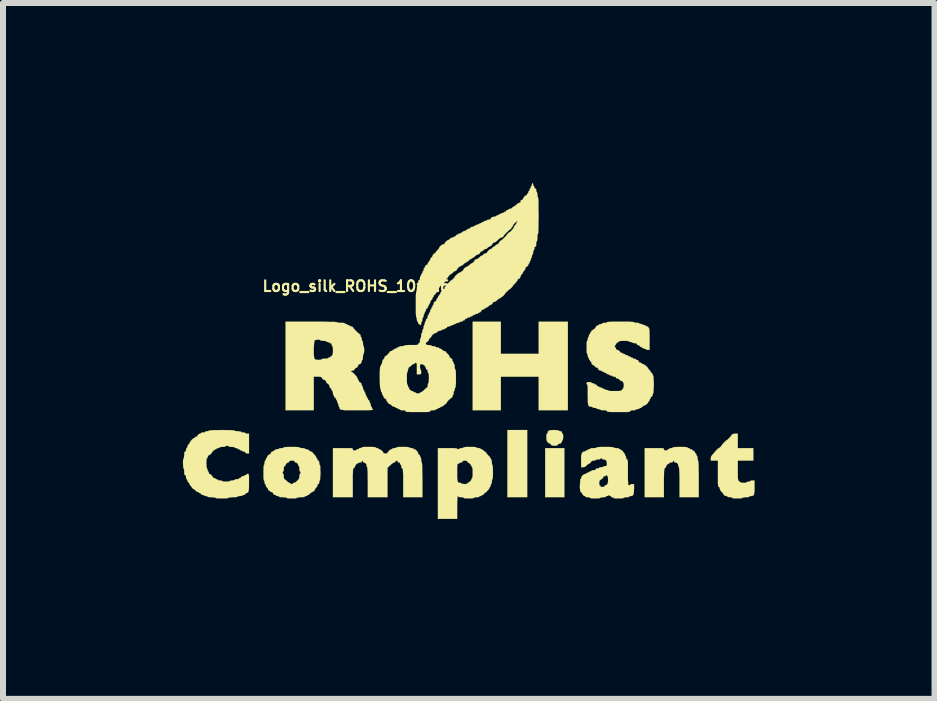
<source format=kicad_pcb>
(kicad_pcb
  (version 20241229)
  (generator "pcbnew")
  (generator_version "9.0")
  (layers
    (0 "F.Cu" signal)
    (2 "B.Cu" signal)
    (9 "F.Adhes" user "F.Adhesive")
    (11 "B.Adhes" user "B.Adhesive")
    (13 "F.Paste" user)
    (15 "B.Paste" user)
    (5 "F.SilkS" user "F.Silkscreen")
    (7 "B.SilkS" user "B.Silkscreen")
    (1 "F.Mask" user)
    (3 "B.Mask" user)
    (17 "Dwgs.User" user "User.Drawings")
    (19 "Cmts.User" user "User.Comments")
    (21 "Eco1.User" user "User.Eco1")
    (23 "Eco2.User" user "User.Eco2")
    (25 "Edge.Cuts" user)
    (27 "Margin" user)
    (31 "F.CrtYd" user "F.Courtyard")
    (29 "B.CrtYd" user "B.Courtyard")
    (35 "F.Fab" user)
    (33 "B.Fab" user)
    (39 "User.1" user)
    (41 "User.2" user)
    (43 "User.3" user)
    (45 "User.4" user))
  (footprint "Logo_silk_ROHS_10x5.6mm"
    (layer "F.Cu")
    (at 4.83 2.821)
    (property "Reference" "Logo_silk_ROHS_10x5.6mm" (at -1.7 -1.1 0) (layer "F.SilkS") (effects (font (size 0.178 0.178) (thickness 0.036))))
    (attr through_hole)
    (fp_poly (pts (xy 0.909 2.418) (xy 0.744 2.418) (xy 0.579 2.418) (xy 0.579 1.859) (xy 0.579 1.298) (xy 0.744 1.298) (xy 0.909 1.298) (xy 0.909 1.859) (xy 0.909 2.418)) (stroke (width 0.003) (type solid)) (fill yes) (layer "F.SilkS"))
    (fp_poly (pts (xy 1.529 2.418) (xy 1.369 2.418) (xy 1.209 2.418) (xy 1.209 2.009) (xy 1.209 1.6) (xy 1.369 1.6) (xy 1.529 1.6) (xy 1.529 2.009) (xy 1.529 2.418)) (stroke (width 0.003) (type solid)) (fill yes) (layer "F.SilkS"))
    (fp_poly (pts (xy 1.587 0.968) (xy 1.344 0.968) (xy 1.1 0.968) (xy 1.1 0.688) (xy 1.1 0.409) (xy 0.785 0.409) (xy 0.47 0.409) (xy 0.47 0.688) (xy 0.47 0.968) (xy 0.234 0.968) (xy 0 0.968) (xy 0 0.229) (xy 0 -0.508) (xy 0.234 -0.508) (xy 0.47 -0.508) (xy 0.47 -0.239) (xy 0.47 0.028) (xy 0.785 0.028) (xy 1.1 0.028) (xy 1.1 -0.239) (xy 1.1 -0.508) (xy 1.344 -0.508) (xy 1.587 -0.508) (xy 1.587 0.229) (xy 1.587 0.968)) (stroke (width 0.003) (type solid)) (fill yes) (layer "F.SilkS"))
    (fp_poly (pts (xy 1.509 1.415) (xy 1.506 1.443) (xy 1.504 1.463) (xy 1.499 1.468) (xy 1.491 1.476) (xy 1.488 1.486) (xy 1.481 1.509) (xy 1.458 1.524) (xy 1.44 1.529) (xy 1.422 1.534) (xy 1.42 1.544) (xy 1.415 1.552) (xy 1.397 1.557) (xy 1.364 1.56) (xy 1.331 1.557) (xy 1.313 1.552) (xy 1.308 1.544) (xy 1.3 1.532) (xy 1.293 1.529) (xy 1.275 1.521) (xy 1.255 1.506) (xy 1.252 1.504) (xy 1.24 1.486) (xy 1.232 1.466) (xy 1.229 1.435) (xy 1.229 1.42) (xy 1.229 1.387) (xy 1.234 1.364) (xy 1.24 1.359) (xy 1.247 1.351) (xy 1.25 1.344) (xy 1.255 1.323) (xy 1.27 1.308) (xy 1.3 1.3) (xy 1.349 1.298) (xy 1.359 1.298) (xy 1.397 1.3) (xy 1.425 1.303) (xy 1.438 1.308) (xy 1.448 1.316) (xy 1.463 1.318) (xy 1.483 1.323) (xy 1.488 1.339) (xy 1.494 1.354) (xy 1.499 1.359) (xy 1.504 1.369) (xy 1.509 1.392) (xy 1.509 1.415)) (stroke (width 0.003) (type solid)) (fill yes) (layer "F.SilkS"))
    (fp_poly (pts (xy 3.769 2.418) (xy 3.609 2.418) (xy 3.449 2.418) (xy 3.449 2.169) (xy 3.449 2.085) (xy 3.447 2.017) (xy 3.444 1.966) (xy 3.442 1.933) (xy 3.439 1.92) (xy 3.439 1.918) (xy 3.432 1.91) (xy 3.429 1.892) (xy 3.421 1.862) (xy 3.401 1.844) (xy 3.378 1.839) (xy 3.363 1.834) (xy 3.358 1.824) (xy 3.353 1.811) (xy 3.348 1.808) (xy 3.34 1.816) (xy 3.34 1.824) (xy 3.33 1.836) (xy 3.31 1.839) (xy 3.287 1.841) (xy 3.279 1.849) (xy 3.272 1.859) (xy 3.269 1.859) (xy 3.251 1.867) (xy 3.233 1.885) (xy 3.228 1.9) (xy 3.221 1.918) (xy 3.208 1.928) (xy 3.203 1.935) (xy 3.198 1.943) (xy 3.195 1.956) (xy 3.193 1.974) (xy 3.19 2.004) (xy 3.19 2.047) (xy 3.188 2.106) (xy 3.188 2.179) (xy 3.188 2.182) (xy 3.188 2.418) (xy 3.028 2.418) (xy 2.868 2.418) (xy 2.868 2.009) (xy 2.868 1.6) (xy 3.028 1.6) (xy 3.089 1.6) (xy 3.132 1.6) (xy 3.16 1.6) (xy 3.178 1.603) (xy 3.185 1.608) (xy 3.188 1.613) (xy 3.188 1.618) (xy 3.193 1.633) (xy 3.211 1.638) (xy 3.218 1.638) (xy 3.241 1.636) (xy 3.249 1.628) (xy 3.256 1.621) (xy 3.264 1.618) (xy 3.277 1.613) (xy 3.279 1.608) (xy 3.287 1.603) (xy 3.31 1.6) (xy 3.33 1.595) (xy 3.338 1.59) (xy 3.34 1.587) (xy 3.348 1.585) (xy 3.376 1.582) (xy 3.419 1.58) (xy 3.459 1.58) (xy 3.51 1.58) (xy 3.551 1.582) (xy 3.574 1.585) (xy 3.579 1.587) (xy 3.586 1.598) (xy 3.599 1.6) (xy 3.614 1.603) (xy 3.619 1.608) (xy 3.627 1.618) (xy 3.64 1.618) (xy 3.655 1.623) (xy 3.658 1.628) (xy 3.668 1.638) (xy 3.67 1.638) (xy 3.686 1.646) (xy 3.703 1.664) (xy 3.708 1.679) (xy 3.716 1.689) (xy 3.719 1.689) (xy 3.726 1.697) (xy 3.729 1.709) (xy 3.734 1.725) (xy 3.739 1.73) (xy 3.744 1.737) (xy 3.749 1.76) (xy 3.749 1.768) (xy 3.752 1.793) (xy 3.757 1.808) (xy 3.759 1.808) (xy 3.762 1.819) (xy 3.764 1.849) (xy 3.767 1.895) (xy 3.767 1.961) (xy 3.769 2.045) (xy 3.769 2.113) (xy 3.769 2.418)) (stroke (width 0.003) (type solid)) (fill yes) (layer "F.SilkS"))
    (fp_poly (pts (xy 4.699 2.256) (xy 4.699 2.311) (xy 4.694 2.352) (xy 4.689 2.377) (xy 4.676 2.39) (xy 4.658 2.398) (xy 4.641 2.398) (xy 4.618 2.403) (xy 4.61 2.408) (xy 4.6 2.416) (xy 4.577 2.418) (xy 4.554 2.418) (xy 4.524 2.421) (xy 4.503 2.426) (xy 4.498 2.428) (xy 4.491 2.433) (xy 4.463 2.438) (xy 4.425 2.438) (xy 4.415 2.438) (xy 4.371 2.438) (xy 4.343 2.436) (xy 4.328 2.431) (xy 4.328 2.428) (xy 4.321 2.423) (xy 4.298 2.418) (xy 4.288 2.418) (xy 4.265 2.416) (xy 4.249 2.41) (xy 4.249 2.408) (xy 4.239 2.4) (xy 4.229 2.398) (xy 4.206 2.393) (xy 4.188 2.38) (xy 4.178 2.365) (xy 4.173 2.352) (xy 4.155 2.334) (xy 4.148 2.329) (xy 4.128 2.301) (xy 4.12 2.276) (xy 4.115 2.253) (xy 4.105 2.248) (xy 4.1 2.245) (xy 4.094 2.238) (xy 4.092 2.22) (xy 4.089 2.192) (xy 4.089 2.151) (xy 4.089 2.093) (xy 4.089 2.029) (xy 4.089 1.808) (xy 4.028 1.808) (xy 3.97 1.808) (xy 3.97 1.773) (xy 3.975 1.74) (xy 3.993 1.714) (xy 3.998 1.709) (xy 4.018 1.689) (xy 4.028 1.676) (xy 4.028 1.674) (xy 4.036 1.664) (xy 4.051 1.646) (xy 4.072 1.626) (xy 4.089 1.608) (xy 4.102 1.6) (xy 4.105 1.6) (xy 4.115 1.593) (xy 4.133 1.577) (xy 4.148 1.56) (xy 4.158 1.547) (xy 4.158 1.544) (xy 4.166 1.534) (xy 4.181 1.516) (xy 4.201 1.496) (xy 4.221 1.478) (xy 4.232 1.468) (xy 4.234 1.468) (xy 4.244 1.463) (xy 4.262 1.445) (xy 4.282 1.425) (xy 4.3 1.407) (xy 4.308 1.394) (xy 4.318 1.377) (xy 4.341 1.364) (xy 4.371 1.359) (xy 4.379 1.359) (xy 4.42 1.359) (xy 4.42 1.478) (xy 4.42 1.6) (xy 4.549 1.6) (xy 4.679 1.6) (xy 4.679 1.704) (xy 4.679 1.808) (xy 4.549 1.808) (xy 4.42 1.808) (xy 4.42 1.968) (xy 4.42 2.029) (xy 4.42 2.073) (xy 4.422 2.103) (xy 4.425 2.123) (xy 4.43 2.136) (xy 4.435 2.146) (xy 4.442 2.154) (xy 4.465 2.169) (xy 4.491 2.177) (xy 4.519 2.179) (xy 4.547 2.177) (xy 4.564 2.172) (xy 4.569 2.169) (xy 4.577 2.162) (xy 4.597 2.159) (xy 4.6 2.159) (xy 4.62 2.156) (xy 4.628 2.149) (xy 4.638 2.141) (xy 4.658 2.139) (xy 4.663 2.139) (xy 4.699 2.139) (xy 4.699 2.256)) (stroke (width 0.003) (type solid)) (fill yes) (layer "F.SilkS"))
    (fp_poly (pts (xy -0.838 2.418) (xy -0.998 2.418) (xy -1.158 2.418) (xy -1.158 2.179) (xy -1.158 2.103) (xy -1.158 2.045) (xy -1.161 2.002) (xy -1.163 1.971) (xy -1.163 1.953) (xy -1.168 1.943) (xy -1.173 1.938) (xy -1.186 1.93) (xy -1.189 1.91) (xy -1.191 1.887) (xy -1.199 1.88) (xy -1.206 1.869) (xy -1.209 1.859) (xy -1.217 1.841) (xy -1.229 1.839) (xy -1.245 1.834) (xy -1.25 1.824) (xy -1.257 1.811) (xy -1.267 1.808) (xy -1.285 1.816) (xy -1.288 1.824) (xy -1.298 1.836) (xy -1.308 1.839) (xy -1.326 1.847) (xy -1.351 1.864) (xy -1.374 1.885) (xy -1.42 1.928) (xy -1.42 2.174) (xy -1.42 2.418) (xy -1.582 2.418) (xy -1.748 2.418) (xy -1.748 2.169) (xy -1.75 2.085) (xy -1.75 2.017) (xy -1.753 1.966) (xy -1.755 1.933) (xy -1.758 1.92) (xy -1.758 1.918) (xy -1.765 1.91) (xy -1.768 1.892) (xy -1.775 1.864) (xy -1.796 1.844) (xy -1.814 1.839) (xy -1.826 1.831) (xy -1.829 1.824) (xy -1.834 1.811) (xy -1.839 1.808) (xy -1.847 1.816) (xy -1.849 1.824) (xy -1.857 1.836) (xy -1.88 1.839) (xy -1.905 1.847) (xy -1.933 1.862) (xy -1.953 1.882) (xy -1.958 1.9) (xy -1.966 1.918) (xy -1.979 1.928) (xy -1.986 1.935) (xy -1.989 1.943) (xy -1.994 1.956) (xy -1.996 1.974) (xy -1.996 2.004) (xy -1.999 2.047) (xy -1.999 2.106) (xy -1.999 2.179) (xy -1.999 2.182) (xy -1.999 2.418) (xy -2.164 2.418) (xy -2.329 2.418) (xy -2.329 2.009) (xy -2.329 1.6) (xy -2.164 1.6) (xy -2.103 1.6) (xy -2.06 1.6) (xy -2.029 1.6) (xy -2.012 1.603) (xy -2.002 1.608) (xy -1.999 1.613) (xy -1.999 1.618) (xy -1.994 1.633) (xy -1.976 1.638) (xy -1.968 1.638) (xy -1.948 1.636) (xy -1.938 1.628) (xy -1.93 1.621) (xy -1.918 1.618) (xy -1.902 1.615) (xy -1.897 1.608) (xy -1.89 1.6) (xy -1.875 1.6) (xy -1.854 1.595) (xy -1.849 1.587) (xy -1.839 1.585) (xy -1.811 1.58) (xy -1.77 1.58) (xy -1.735 1.58) (xy -1.681 1.58) (xy -1.646 1.582) (xy -1.623 1.585) (xy -1.618 1.587) (xy -1.61 1.595) (xy -1.593 1.6) (xy -1.575 1.603) (xy -1.57 1.608) (xy -1.56 1.618) (xy -1.554 1.618) (xy -1.537 1.626) (xy -1.514 1.643) (xy -1.496 1.661) (xy -1.488 1.679) (xy -1.481 1.687) (xy -1.458 1.689) (xy -1.453 1.689) (xy -1.43 1.687) (xy -1.42 1.679) (xy -1.412 1.664) (xy -1.394 1.643) (xy -1.372 1.626) (xy -1.354 1.618) (xy -1.341 1.613) (xy -1.339 1.608) (xy -1.331 1.603) (xy -1.308 1.6) (xy -1.303 1.6) (xy -1.28 1.595) (xy -1.27 1.59) (xy -1.267 1.587) (xy -1.26 1.585) (xy -1.232 1.58) (xy -1.191 1.58) (xy -1.163 1.58) (xy -1.115 1.58) (xy -1.079 1.582) (xy -1.062 1.585) (xy -1.059 1.587) (xy -1.049 1.595) (xy -1.029 1.598) (xy -1.024 1.6) (xy -1.001 1.6) (xy -0.988 1.608) (xy -0.98 1.618) (xy -0.973 1.618) (xy -0.953 1.626) (xy -0.932 1.646) (xy -0.914 1.669) (xy -0.909 1.689) (xy -0.902 1.704) (xy -0.894 1.709) (xy -0.881 1.717) (xy -0.879 1.73) (xy -0.874 1.745) (xy -0.869 1.75) (xy -0.864 1.758) (xy -0.859 1.781) (xy -0.859 1.793) (xy -0.856 1.821) (xy -0.851 1.836) (xy -0.848 1.839) (xy -0.846 1.849) (xy -0.843 1.877) (xy -0.841 1.925) (xy -0.841 1.991) (xy -0.838 2.075) (xy -0.838 2.129) (xy -0.838 2.418)) (stroke (width 0.003) (type solid)) (fill yes) (layer "F.SilkS"))
    (fp_poly (pts (xy 0.338 1.999) (xy 0.338 2.052) (xy 0.335 2.09) (xy 0.333 2.113) (xy 0.328 2.118) (xy 0.323 2.129) (xy 0.32 2.149) (xy 0.32 2.159) (xy 0.318 2.184) (xy 0.31 2.197) (xy 0.31 2.2) (xy 0.302 2.207) (xy 0.3 2.225) (xy 0.295 2.243) (xy 0.29 2.248) (xy 0.279 2.258) (xy 0.279 2.263) (xy 0.272 2.281) (xy 0.254 2.301) (xy 0.234 2.324) (xy 0.213 2.342) (xy 0.198 2.349) (xy 0.191 2.357) (xy 0.188 2.365) (xy 0.18 2.375) (xy 0.168 2.38) (xy 0.152 2.383) (xy 0.15 2.388) (xy 0.14 2.398) (xy 0.13 2.398) (xy 0.112 2.403) (xy 0.109 2.408) (xy 0.099 2.416) (xy 0.076 2.418) (xy 0.064 2.418) (xy 0.038 2.421) (xy 0.02 2.426) (xy 0.018 2.428) (xy 0.01 2.433) (xy 0 2.436) (xy 0 2.024) (xy 0 2.009) (xy 0 1.966) (xy -0.003 1.935) (xy -0.008 1.92) (xy -0.008 1.918) (xy -0.018 1.91) (xy -0.018 1.902) (xy -0.025 1.887) (xy -0.043 1.864) (xy -0.061 1.847) (xy -0.079 1.839) (xy -0.086 1.831) (xy -0.089 1.824) (xy -0.097 1.814) (xy -0.117 1.808) (xy -0.13 1.808) (xy -0.157 1.811) (xy -0.168 1.819) (xy -0.168 1.824) (xy -0.178 1.836) (xy -0.193 1.839) (xy -0.213 1.841) (xy -0.218 1.849) (xy -0.226 1.857) (xy -0.239 1.859) (xy -0.246 1.859) (xy -0.251 1.864) (xy -0.257 1.877) (xy -0.257 1.9) (xy -0.259 1.933) (xy -0.259 1.986) (xy -0.259 2.004) (xy -0.259 2.068) (xy -0.257 2.113) (xy -0.251 2.146) (xy -0.244 2.164) (xy -0.234 2.174) (xy -0.216 2.179) (xy -0.208 2.179) (xy -0.193 2.182) (xy -0.188 2.189) (xy -0.18 2.195) (xy -0.157 2.197) (xy -0.14 2.2) (xy -0.109 2.197) (xy -0.091 2.192) (xy -0.089 2.189) (xy -0.081 2.179) (xy -0.079 2.179) (xy -0.064 2.172) (xy -0.043 2.154) (xy -0.025 2.134) (xy -0.018 2.116) (xy -0.018 2.113) (xy -0.013 2.101) (xy -0.008 2.098) (xy -0.005 2.09) (xy 0 2.062) (xy 0 2.024) (xy 0 2.436) (xy -0.015 2.438) (xy -0.053 2.438) (xy -0.064 2.438) (xy -0.104 2.438) (xy -0.135 2.436) (xy -0.147 2.431) (xy -0.15 2.428) (xy -0.157 2.423) (xy -0.18 2.418) (xy -0.193 2.418) (xy -0.221 2.416) (xy -0.236 2.41) (xy -0.239 2.408) (xy -0.246 2.4) (xy -0.249 2.398) (xy -0.251 2.408) (xy -0.254 2.438) (xy -0.257 2.484) (xy -0.259 2.545) (xy -0.259 2.588) (xy -0.259 2.779) (xy -0.419 2.779) (xy -0.579 2.779) (xy -0.579 2.189) (xy -0.579 1.6) (xy -0.419 1.6) (xy -0.356 1.6) (xy -0.305 1.6) (xy -0.274 1.605) (xy -0.259 1.608) (xy -0.251 1.618) (xy -0.239 1.618) (xy -0.224 1.615) (xy -0.218 1.608) (xy -0.211 1.603) (xy -0.188 1.6) (xy -0.183 1.6) (xy -0.16 1.595) (xy -0.15 1.59) (xy -0.15 1.587) (xy -0.14 1.585) (xy -0.112 1.58) (xy -0.071 1.58) (xy -0.043 1.58) (xy 0.003 1.58) (xy 0.038 1.582) (xy 0.056 1.585) (xy 0.058 1.587) (xy 0.069 1.595) (xy 0.089 1.598) (xy 0.094 1.6) (xy 0.117 1.6) (xy 0.13 1.608) (xy 0.137 1.618) (xy 0.147 1.618) (xy 0.165 1.626) (xy 0.178 1.638) (xy 0.196 1.654) (xy 0.206 1.659) (xy 0.218 1.666) (xy 0.218 1.669) (xy 0.226 1.681) (xy 0.244 1.702) (xy 0.259 1.72) (xy 0.282 1.742) (xy 0.295 1.763) (xy 0.3 1.773) (xy 0.305 1.786) (xy 0.31 1.788) (xy 0.315 1.798) (xy 0.318 1.821) (xy 0.32 1.834) (xy 0.32 1.859) (xy 0.325 1.877) (xy 0.328 1.88) (xy 0.333 1.887) (xy 0.335 1.915) (xy 0.338 1.958) (xy 0.338 1.999)) (stroke (width 0.003) (type solid)) (fill yes) (layer "F.SilkS"))
    (fp_poly (pts (xy -2.537 2.009) (xy -2.54 2.065) (xy -2.543 2.106) (xy -2.545 2.131) (xy -2.548 2.139) (xy -2.555 2.146) (xy -2.558 2.169) (xy -2.563 2.192) (xy -2.573 2.2) (xy -2.586 2.207) (xy -2.588 2.223) (xy -2.596 2.245) (xy -2.609 2.258) (xy -2.624 2.276) (xy -2.629 2.286) (xy -2.637 2.306) (xy -2.657 2.324) (xy -2.672 2.329) (xy -2.687 2.334) (xy -2.687 2.339) (xy -2.697 2.347) (xy -2.703 2.349) (xy -2.718 2.357) (xy -2.718 2.365) (xy -2.728 2.375) (xy -2.738 2.38) (xy -2.756 2.383) (xy -2.758 2.388) (xy -2.766 2.398) (xy -2.779 2.398) (xy -2.794 2.403) (xy -2.799 2.408) (xy -2.807 2.413) (xy -2.832 2.418) (xy -2.863 2.418) (xy -2.868 2.418) (xy -2.868 2.009) (xy -2.873 1.991) (xy -2.878 1.989) (xy -2.885 1.981) (xy -2.888 1.958) (xy -2.888 1.943) (xy -2.891 1.918) (xy -2.896 1.9) (xy -2.898 1.9) (xy -2.908 1.89) (xy -2.908 1.882) (xy -2.916 1.859) (xy -2.936 1.844) (xy -2.954 1.839) (xy -2.967 1.831) (xy -2.969 1.824) (xy -2.974 1.814) (xy -2.995 1.808) (xy -3.015 1.808) (xy -3.043 1.811) (xy -3.058 1.816) (xy -3.058 1.824) (xy -3.066 1.836) (xy -3.073 1.839) (xy -3.096 1.847) (xy -3.114 1.867) (xy -3.119 1.882) (xy -3.127 1.897) (xy -3.134 1.9) (xy -3.145 1.905) (xy -3.147 1.925) (xy -3.15 1.943) (xy -3.15 1.971) (xy -3.155 1.986) (xy -3.16 1.989) (xy -3.167 1.996) (xy -3.167 2.009) (xy -3.165 2.024) (xy -3.16 2.029) (xy -3.152 2.037) (xy -3.15 2.06) (xy -3.15 2.073) (xy -3.147 2.101) (xy -3.139 2.118) (xy -3.137 2.118) (xy -3.124 2.126) (xy -3.104 2.141) (xy -3.099 2.149) (xy -3.078 2.167) (xy -3.058 2.179) (xy -3.056 2.179) (xy -3.04 2.184) (xy -3.038 2.189) (xy -3.03 2.197) (xy -3.018 2.2) (xy -3.002 2.195) (xy -3 2.189) (xy -2.99 2.182) (xy -2.979 2.179) (xy -2.959 2.172) (xy -2.936 2.154) (xy -2.924 2.144) (xy -2.901 2.118) (xy -2.891 2.093) (xy -2.888 2.07) (xy -2.885 2.045) (xy -2.88 2.029) (xy -2.878 2.029) (xy -2.87 2.019) (xy -2.868 2.009) (xy -2.868 2.418) (xy -2.898 2.421) (xy -2.921 2.423) (xy -2.929 2.428) (xy -2.939 2.433) (xy -2.964 2.438) (xy -3.002 2.438) (xy -3.015 2.438) (xy -3.056 2.438) (xy -3.084 2.436) (xy -3.099 2.431) (xy -3.099 2.428) (xy -3.109 2.423) (xy -3.132 2.421) (xy -3.165 2.418) (xy -3.198 2.418) (xy -3.221 2.413) (xy -3.228 2.408) (xy -3.239 2.4) (xy -3.254 2.398) (xy -3.272 2.395) (xy -3.279 2.388) (xy -3.287 2.38) (xy -3.299 2.38) (xy -3.315 2.375) (xy -3.32 2.367) (xy -3.327 2.349) (xy -3.345 2.334) (xy -3.363 2.329) (xy -3.376 2.324) (xy -3.378 2.319) (xy -3.386 2.309) (xy -3.393 2.309) (xy -3.406 2.301) (xy -3.409 2.291) (xy -3.416 2.271) (xy -3.429 2.258) (xy -3.444 2.238) (xy -3.449 2.223) (xy -3.452 2.205) (xy -3.459 2.2) (xy -3.467 2.189) (xy -3.47 2.169) (xy -3.472 2.149) (xy -3.477 2.139) (xy -3.48 2.139) (xy -3.482 2.129) (xy -3.487 2.101) (xy -3.487 2.057) (xy -3.487 2.009) (xy -3.487 1.953) (xy -3.485 1.913) (xy -3.482 1.887) (xy -3.48 1.88) (xy -3.472 1.869) (xy -3.47 1.849) (xy -3.47 1.844) (xy -3.467 1.821) (xy -3.459 1.808) (xy -3.449 1.801) (xy -3.449 1.788) (xy -3.444 1.773) (xy -3.439 1.768) (xy -3.429 1.76) (xy -3.429 1.753) (xy -3.421 1.735) (xy -3.409 1.717) (xy -3.393 1.709) (xy -3.381 1.702) (xy -3.365 1.687) (xy -3.358 1.669) (xy -3.35 1.661) (xy -3.34 1.659) (xy -3.322 1.651) (xy -3.31 1.638) (xy -3.284 1.623) (xy -3.261 1.618) (xy -3.239 1.615) (xy -3.228 1.61) (xy -3.228 1.608) (xy -3.221 1.603) (xy -3.198 1.6) (xy -3.188 1.6) (xy -3.165 1.598) (xy -3.15 1.59) (xy -3.15 1.587) (xy -3.139 1.585) (xy -3.111 1.582) (xy -3.068 1.58) (xy -3.018 1.58) (xy -2.964 1.58) (xy -2.921 1.582) (xy -2.896 1.585) (xy -2.888 1.587) (xy -2.88 1.595) (xy -2.857 1.598) (xy -2.845 1.6) (xy -2.817 1.6) (xy -2.802 1.605) (xy -2.799 1.608) (xy -2.789 1.615) (xy -2.771 1.618) (xy -2.743 1.626) (xy -2.728 1.638) (xy -2.708 1.654) (xy -2.692 1.659) (xy -2.675 1.664) (xy -2.67 1.669) (xy -2.662 1.684) (xy -2.644 1.702) (xy -2.639 1.709) (xy -2.619 1.73) (xy -2.609 1.75) (xy -2.609 1.753) (xy -2.603 1.768) (xy -2.598 1.768) (xy -2.591 1.778) (xy -2.588 1.788) (xy -2.583 1.806) (xy -2.573 1.808) (xy -2.563 1.816) (xy -2.558 1.841) (xy -2.558 1.844) (xy -2.555 1.867) (xy -2.55 1.88) (xy -2.548 1.88) (xy -2.545 1.887) (xy -2.54 1.915) (xy -2.54 1.958) (xy -2.537 2.009)) (stroke (width 0.003) (type solid)) (fill yes) (layer "F.SilkS"))
    (fp_poly (pts (xy 2.69 2.283) (xy 2.687 2.334) (xy 2.682 2.367) (xy 2.67 2.388) (xy 2.652 2.398) (xy 2.634 2.398) (xy 2.616 2.403) (xy 2.609 2.408) (xy 2.601 2.416) (xy 2.578 2.418) (xy 2.563 2.418) (xy 2.537 2.421) (xy 2.52 2.426) (xy 2.52 2.428) (xy 2.51 2.433) (xy 2.484 2.438) (xy 2.443 2.438) (xy 2.433 2.438) (xy 2.393 2.438) (xy 2.362 2.436) (xy 2.349 2.431) (xy 2.349 2.428) (xy 2.339 2.421) (xy 2.329 2.418) (xy 2.311 2.416) (xy 2.309 2.408) (xy 2.301 2.4) (xy 2.294 2.398) (xy 2.278 2.39) (xy 2.273 2.388) (xy 2.268 2.38) (xy 2.263 2.388) (xy 2.258 2.39) (xy 2.258 2.134) (xy 2.256 2.093) (xy 2.248 2.065) (xy 2.243 2.06) (xy 2.228 2.05) (xy 2.22 2.057) (xy 2.21 2.068) (xy 2.197 2.068) (xy 2.182 2.073) (xy 2.179 2.08) (xy 2.172 2.095) (xy 2.159 2.111) (xy 2.144 2.118) (xy 2.134 2.126) (xy 2.123 2.134) (xy 2.113 2.149) (xy 2.111 2.174) (xy 2.108 2.197) (xy 2.113 2.215) (xy 2.118 2.22) (xy 2.129 2.228) (xy 2.129 2.233) (xy 2.136 2.245) (xy 2.162 2.248) (xy 2.164 2.248) (xy 2.189 2.245) (xy 2.2 2.235) (xy 2.2 2.233) (xy 2.207 2.22) (xy 2.215 2.22) (xy 2.238 2.21) (xy 2.253 2.187) (xy 2.258 2.144) (xy 2.258 2.134) (xy 2.258 2.39) (xy 2.25 2.398) (xy 2.238 2.398) (xy 2.223 2.403) (xy 2.22 2.408) (xy 2.21 2.416) (xy 2.187 2.418) (xy 2.174 2.418) (xy 2.146 2.421) (xy 2.131 2.426) (xy 2.129 2.428) (xy 2.118 2.433) (xy 2.093 2.438) (xy 2.055 2.438) (xy 2.045 2.438) (xy 2.002 2.438) (xy 1.974 2.436) (xy 1.958 2.431) (xy 1.958 2.428) (xy 1.951 2.423) (xy 1.928 2.418) (xy 1.918 2.418) (xy 1.895 2.416) (xy 1.88 2.41) (xy 1.88 2.408) (xy 1.872 2.4) (xy 1.867 2.398) (xy 1.852 2.393) (xy 1.836 2.377) (xy 1.829 2.362) (xy 1.821 2.349) (xy 1.808 2.339) (xy 1.801 2.329) (xy 1.793 2.316) (xy 1.791 2.296) (xy 1.788 2.263) (xy 1.788 2.223) (xy 1.791 2.174) (xy 1.793 2.139) (xy 1.796 2.121) (xy 1.798 2.118) (xy 1.806 2.111) (xy 1.808 2.098) (xy 1.816 2.075) (xy 1.836 2.05) (xy 1.862 2.035) (xy 1.877 2.029) (xy 1.895 2.024) (xy 1.9 2.019) (xy 1.908 2.012) (xy 1.918 2.009) (xy 1.935 2.004) (xy 1.938 1.999) (xy 1.948 1.991) (xy 1.958 1.989) (xy 1.976 1.984) (xy 1.979 1.979) (xy 1.986 1.971) (xy 2.009 1.968) (xy 2.014 1.968) (xy 2.04 1.966) (xy 2.05 1.956) (xy 2.05 1.953) (xy 2.057 1.943) (xy 2.078 1.938) (xy 2.101 1.935) (xy 2.108 1.928) (xy 2.118 1.923) (xy 2.139 1.918) (xy 2.144 1.918) (xy 2.167 1.915) (xy 2.179 1.91) (xy 2.187 1.902) (xy 2.21 1.9) (xy 2.228 1.897) (xy 2.235 1.89) (xy 2.238 1.867) (xy 2.238 1.859) (xy 2.233 1.819) (xy 2.215 1.796) (xy 2.184 1.788) (xy 2.167 1.786) (xy 2.159 1.778) (xy 2.151 1.77) (xy 2.144 1.768) (xy 2.131 1.773) (xy 2.129 1.778) (xy 2.121 1.786) (xy 2.098 1.788) (xy 2.088 1.788) (xy 2.062 1.791) (xy 2.05 1.796) (xy 2.05 1.798) (xy 2.04 1.806) (xy 2.019 1.808) (xy 2.014 1.808) (xy 1.991 1.811) (xy 1.979 1.819) (xy 1.971 1.836) (xy 1.953 1.852) (xy 1.938 1.859) (xy 1.925 1.867) (xy 1.905 1.882) (xy 1.9 1.89) (xy 1.869 1.913) (xy 1.839 1.918) (xy 1.808 1.918) (xy 1.808 1.803) (xy 1.808 1.753) (xy 1.811 1.714) (xy 1.816 1.694) (xy 1.819 1.689) (xy 1.829 1.681) (xy 1.829 1.674) (xy 1.836 1.661) (xy 1.854 1.659) (xy 1.872 1.656) (xy 1.88 1.648) (xy 1.887 1.641) (xy 1.9 1.638) (xy 1.915 1.636) (xy 1.918 1.628) (xy 1.928 1.621) (xy 1.938 1.618) (xy 1.956 1.615) (xy 1.958 1.608) (xy 1.968 1.603) (xy 1.991 1.6) (xy 2.014 1.6) (xy 2.045 1.598) (xy 2.065 1.593) (xy 2.068 1.587) (xy 2.078 1.585) (xy 2.106 1.582) (xy 2.151 1.58) (xy 2.21 1.58) (xy 2.268 1.58) (xy 2.311 1.582) (xy 2.339 1.585) (xy 2.349 1.587) (xy 2.357 1.595) (xy 2.38 1.598) (xy 2.395 1.6) (xy 2.421 1.6) (xy 2.436 1.605) (xy 2.438 1.608) (xy 2.446 1.618) (xy 2.454 1.618) (xy 2.471 1.626) (xy 2.492 1.643) (xy 2.51 1.661) (xy 2.52 1.679) (xy 2.527 1.689) (xy 2.53 1.689) (xy 2.537 1.697) (xy 2.54 1.709) (xy 2.543 1.725) (xy 2.548 1.73) (xy 2.555 1.737) (xy 2.558 1.758) (xy 2.563 1.783) (xy 2.573 1.788) (xy 2.578 1.791) (xy 2.583 1.801) (xy 2.586 1.816) (xy 2.588 1.847) (xy 2.588 1.887) (xy 2.588 1.946) (xy 2.588 2.004) (xy 2.588 2.075) (xy 2.588 2.129) (xy 2.591 2.167) (xy 2.591 2.192) (xy 2.593 2.207) (xy 2.598 2.215) (xy 2.603 2.217) (xy 2.609 2.22) (xy 2.624 2.215) (xy 2.629 2.21) (xy 2.637 2.202) (xy 2.659 2.2) (xy 2.69 2.2) (xy 2.69 2.283)) (stroke (width 0.003) (type solid)) (fill yes) (layer "F.SilkS"))
    (fp_poly (pts (xy -1.659 0.958) (xy -1.669 0.963) (xy -1.697 0.965) (xy -1.745 0.968) (xy -1.811 0.968) (xy -1.892 0.968) (xy -1.925 0.968) (xy -2.009 0.968) (xy -2.075 0.968) (xy -2.126 0.968) (xy -2.164 0.963) (xy -2.189 0.96) (xy -2.205 0.955) (xy -2.215 0.945) (xy -2.217 0.935) (xy -2.22 0.925) (xy -2.225 0.912) (xy -2.228 0.909) (xy -2.235 0.899) (xy -2.238 0.879) (xy -2.243 0.859) (xy -2.248 0.848) (xy -2.256 0.841) (xy -2.258 0.823) (xy -2.263 0.805) (xy -2.268 0.8) (xy -2.276 0.79) (xy -2.278 0.78) (xy -2.286 0.762) (xy -2.294 0.759) (xy -2.306 0.749) (xy -2.309 0.739) (xy -2.314 0.724) (xy -2.319 0.719) (xy -2.324 0.711) (xy -2.329 0.688) (xy -2.329 0.683) (xy -2.329 -0.028) (xy -2.329 -0.064) (xy -2.334 -0.089) (xy -2.339 -0.099) (xy -2.347 -0.107) (xy -2.349 -0.124) (xy -2.355 -0.142) (xy -2.37 -0.15) (xy -2.385 -0.152) (xy -2.388 -0.157) (xy -2.398 -0.165) (xy -2.413 -0.168) (xy -2.433 -0.173) (xy -2.438 -0.178) (xy -2.449 -0.185) (xy -2.471 -0.188) (xy -2.489 -0.188) (xy -2.517 -0.191) (xy -2.535 -0.196) (xy -2.537 -0.198) (xy -2.548 -0.206) (xy -2.568 -0.208) (xy -2.593 -0.208) (xy -2.619 -0.203) (xy -2.634 -0.196) (xy -2.639 -0.178) (xy -2.644 -0.147) (xy -2.647 -0.104) (xy -2.649 -0.056) (xy -2.649 -0.008) (xy -2.649 0.038) (xy -2.644 0.076) (xy -2.639 0.104) (xy -2.637 0.114) (xy -2.621 0.122) (xy -2.596 0.127) (xy -2.565 0.13) (xy -2.54 0.127) (xy -2.522 0.124) (xy -2.52 0.119) (xy -2.51 0.114) (xy -2.487 0.109) (xy -2.464 0.109) (xy -2.433 0.107) (xy -2.413 0.102) (xy -2.408 0.099) (xy -2.4 0.089) (xy -2.393 0.089) (xy -2.375 0.081) (xy -2.355 0.066) (xy -2.352 0.064) (xy -2.339 0.048) (xy -2.332 0.03) (xy -2.329 0.003) (xy -2.329 -0.028) (xy -2.329 0.683) (xy -2.332 0.66) (xy -2.337 0.65) (xy -2.339 0.648) (xy -2.347 0.64) (xy -2.349 0.63) (xy -2.357 0.612) (xy -2.37 0.599) (xy -2.385 0.582) (xy -2.388 0.566) (xy -2.395 0.544) (xy -2.413 0.526) (xy -2.428 0.518) (xy -2.438 0.511) (xy -2.438 0.503) (xy -2.446 0.483) (xy -2.464 0.465) (xy -2.479 0.46) (xy -2.497 0.452) (xy -2.512 0.434) (xy -2.52 0.419) (xy -2.527 0.414) (xy -2.555 0.409) (xy -2.583 0.409) (xy -2.649 0.409) (xy -2.649 0.688) (xy -2.649 0.968) (xy -2.883 0.968) (xy -3.119 0.968) (xy -3.119 0.229) (xy -3.119 -0.508) (xy -2.687 -0.508) (xy -2.573 -0.508) (xy -2.474 -0.508) (xy -2.393 -0.505) (xy -2.332 -0.505) (xy -2.289 -0.503) (xy -2.263 -0.5) (xy -2.258 -0.498) (xy -2.25 -0.493) (xy -2.225 -0.49) (xy -2.195 -0.488) (xy -2.159 -0.488) (xy -2.136 -0.483) (xy -2.129 -0.478) (xy -2.121 -0.47) (xy -2.108 -0.467) (xy -2.093 -0.465) (xy -2.088 -0.46) (xy -2.08 -0.45) (xy -2.068 -0.45) (xy -2.052 -0.445) (xy -2.05 -0.439) (xy -2.04 -0.432) (xy -2.024 -0.429) (xy -2.004 -0.424) (xy -1.999 -0.419) (xy -1.991 -0.406) (xy -1.974 -0.386) (xy -1.951 -0.358) (xy -1.943 -0.353) (xy -1.918 -0.328) (xy -1.895 -0.307) (xy -1.88 -0.3) (xy -1.872 -0.29) (xy -1.869 -0.274) (xy -1.864 -0.254) (xy -1.859 -0.249) (xy -1.852 -0.239) (xy -1.849 -0.218) (xy -1.847 -0.198) (xy -1.839 -0.188) (xy -1.834 -0.18) (xy -1.829 -0.157) (xy -1.829 -0.145) (xy -1.826 -0.117) (xy -1.821 -0.102) (xy -1.819 -0.099) (xy -1.814 -0.089) (xy -1.811 -0.066) (xy -1.808 -0.033) (xy -1.811 0) (xy -1.814 0.02) (xy -1.819 0.028) (xy -1.824 0.038) (xy -1.829 0.061) (xy -1.829 0.079) (xy -1.831 0.107) (xy -1.834 0.124) (xy -1.839 0.13) (xy -1.847 0.137) (xy -1.849 0.15) (xy -1.854 0.17) (xy -1.867 0.191) (xy -1.882 0.198) (xy -1.885 0.198) (xy -1.897 0.206) (xy -1.913 0.224) (xy -1.918 0.244) (xy -1.928 0.257) (xy -1.938 0.259) (xy -1.956 0.264) (xy -1.958 0.269) (xy -1.968 0.287) (xy -1.986 0.305) (xy -2.007 0.31) (xy -2.024 0.312) (xy -2.029 0.32) (xy -2.022 0.328) (xy -2.019 0.328) (xy -2.004 0.335) (xy -1.981 0.356) (xy -1.958 0.381) (xy -1.935 0.406) (xy -1.923 0.429) (xy -1.918 0.439) (xy -1.915 0.455) (xy -1.908 0.46) (xy -1.9 0.467) (xy -1.897 0.478) (xy -1.895 0.495) (xy -1.887 0.498) (xy -1.869 0.508) (xy -1.854 0.528) (xy -1.849 0.549) (xy -1.844 0.564) (xy -1.839 0.569) (xy -1.831 0.577) (xy -1.829 0.599) (xy -1.826 0.62) (xy -1.819 0.63) (xy -1.811 0.638) (xy -1.808 0.648) (xy -1.803 0.665) (xy -1.798 0.668) (xy -1.791 0.678) (xy -1.788 0.693) (xy -1.786 0.711) (xy -1.778 0.719) (xy -1.77 0.726) (xy -1.768 0.739) (xy -1.765 0.754) (xy -1.758 0.759) (xy -1.75 0.767) (xy -1.748 0.78) (xy -1.742 0.795) (xy -1.735 0.8) (xy -1.722 0.808) (xy -1.72 0.823) (xy -1.714 0.843) (xy -1.709 0.848) (xy -1.702 0.859) (xy -1.699 0.879) (xy -1.697 0.899) (xy -1.689 0.909) (xy -1.681 0.917) (xy -1.679 0.93) (xy -1.674 0.945) (xy -1.669 0.95) (xy -1.659 0.958)) (stroke (width 0.003) (type solid)) (fill yes) (layer "F.SilkS"))
    (fp_poly (pts (xy -3.729 2.174) (xy -3.729 2.238) (xy -3.731 2.283) (xy -3.736 2.316) (xy -3.744 2.334) (xy -3.754 2.344) (xy -3.769 2.349) (xy -3.772 2.349) (xy -3.787 2.357) (xy -3.79 2.365) (xy -3.797 2.375) (xy -3.813 2.38) (xy -3.833 2.383) (xy -3.838 2.388) (xy -3.848 2.395) (xy -3.868 2.398) (xy -3.879 2.398) (xy -3.904 2.4) (xy -3.917 2.405) (xy -3.919 2.408) (xy -3.929 2.413) (xy -3.952 2.418) (xy -3.99 2.418) (xy -3.993 2.418) (xy -4.031 2.421) (xy -4.059 2.423) (xy -4.069 2.428) (xy -4.079 2.433) (xy -4.105 2.436) (xy -4.148 2.438) (xy -4.178 2.438) (xy -4.229 2.438) (xy -4.265 2.436) (xy -4.285 2.431) (xy -4.288 2.428) (xy -4.298 2.423) (xy -4.323 2.421) (xy -4.354 2.418) (xy -4.387 2.418) (xy -4.412 2.413) (xy -4.42 2.408) (xy -4.427 2.403) (xy -4.448 2.398) (xy -4.47 2.395) (xy -4.478 2.388) (xy -4.488 2.383) (xy -4.503 2.38) (xy -4.524 2.372) (xy -4.529 2.365) (xy -4.536 2.352) (xy -4.549 2.349) (xy -4.564 2.344) (xy -4.569 2.339) (xy -4.577 2.329) (xy -4.587 2.329) (xy -4.605 2.322) (xy -4.618 2.309) (xy -4.633 2.294) (xy -4.641 2.289) (xy -4.656 2.281) (xy -4.674 2.266) (xy -4.689 2.245) (xy -4.699 2.23) (xy -4.707 2.22) (xy -4.709 2.22) (xy -4.717 2.21) (xy -4.719 2.202) (xy -4.727 2.182) (xy -4.74 2.169) (xy -4.755 2.151) (xy -4.757 2.136) (xy -4.763 2.121) (xy -4.768 2.118) (xy -4.775 2.111) (xy -4.778 2.088) (xy -4.778 2.083) (xy -4.783 2.057) (xy -4.793 2.05) (xy -4.803 2.045) (xy -4.808 2.027) (xy -4.808 1.994) (xy -4.811 1.963) (xy -4.816 1.943) (xy -4.818 1.938) (xy -4.823 1.93) (xy -4.826 1.902) (xy -4.829 1.864) (xy -4.829 1.854) (xy -4.829 1.814) (xy -4.823 1.783) (xy -4.821 1.77) (xy -4.818 1.768) (xy -4.813 1.76) (xy -4.811 1.737) (xy -4.808 1.714) (xy -4.808 1.681) (xy -4.803 1.664) (xy -4.793 1.659) (xy -4.783 1.651) (xy -4.778 1.628) (xy -4.775 1.608) (xy -4.768 1.6) (xy -4.76 1.59) (xy -4.757 1.58) (xy -4.755 1.562) (xy -4.75 1.56) (xy -4.74 1.549) (xy -4.74 1.544) (xy -4.735 1.532) (xy -4.729 1.529) (xy -4.719 1.521) (xy -4.719 1.514) (xy -4.712 1.499) (xy -4.696 1.476) (xy -4.674 1.453) (xy -4.653 1.435) (xy -4.638 1.43) (xy -4.628 1.422) (xy -4.628 1.42) (xy -4.62 1.41) (xy -4.608 1.41) (xy -4.592 1.405) (xy -4.59 1.397) (xy -4.58 1.379) (xy -4.562 1.364) (xy -4.544 1.359) (xy -4.531 1.354) (xy -4.529 1.349) (xy -4.521 1.341) (xy -4.498 1.339) (xy -4.493 1.339) (xy -4.47 1.336) (xy -4.46 1.331) (xy -4.458 1.328) (xy -4.45 1.321) (xy -4.43 1.318) (xy -4.407 1.316) (xy -4.399 1.308) (xy -4.389 1.306) (xy -4.361 1.303) (xy -4.313 1.3) (xy -4.249 1.3) (xy -4.183 1.298) (xy -4.107 1.3) (xy -4.046 1.3) (xy -4 1.303) (xy -3.975 1.306) (xy -3.967 1.308) (xy -3.96 1.313) (xy -3.937 1.318) (xy -3.914 1.318) (xy -3.884 1.321) (xy -3.863 1.326) (xy -3.858 1.328) (xy -3.851 1.336) (xy -3.828 1.339) (xy -3.823 1.339) (xy -3.8 1.341) (xy -3.79 1.349) (xy -3.78 1.356) (xy -3.759 1.359) (xy -3.729 1.359) (xy -3.729 1.524) (xy -3.729 1.689) (xy -3.759 1.689) (xy -3.782 1.684) (xy -3.79 1.674) (xy -3.797 1.661) (xy -3.813 1.659) (xy -3.833 1.656) (xy -3.838 1.648) (xy -3.848 1.641) (xy -3.858 1.638) (xy -3.876 1.636) (xy -3.879 1.628) (xy -3.886 1.621) (xy -3.899 1.618) (xy -3.914 1.615) (xy -3.919 1.608) (xy -3.927 1.6) (xy -3.945 1.6) (xy -3.962 1.595) (xy -3.967 1.587) (xy -3.978 1.582) (xy -4 1.58) (xy -4.018 1.58) (xy -4.046 1.577) (xy -4.067 1.572) (xy -4.069 1.57) (xy -4.077 1.562) (xy -4.094 1.56) (xy -4.112 1.562) (xy -4.12 1.57) (xy -4.128 1.575) (xy -4.15 1.577) (xy -4.168 1.58) (xy -4.196 1.58) (xy -4.216 1.585) (xy -4.219 1.587) (xy -4.227 1.595) (xy -4.244 1.6) (xy -4.262 1.603) (xy -4.27 1.608) (xy -4.277 1.618) (xy -4.285 1.618) (xy -4.3 1.626) (xy -4.321 1.641) (xy -4.338 1.659) (xy -4.348 1.671) (xy -4.348 1.674) (xy -4.356 1.687) (xy -4.369 1.702) (xy -4.381 1.709) (xy -4.384 1.709) (xy -4.399 1.717) (xy -4.412 1.735) (xy -4.42 1.753) (xy -4.425 1.768) (xy -4.43 1.768) (xy -4.435 1.778) (xy -4.437 1.803) (xy -4.44 1.844) (xy -4.44 1.854) (xy -4.437 1.895) (xy -4.435 1.925) (xy -4.43 1.938) (xy -4.422 1.948) (xy -4.42 1.963) (xy -4.415 1.984) (xy -4.409 1.989) (xy -4.402 1.996) (xy -4.399 2.009) (xy -4.394 2.024) (xy -4.389 2.029) (xy -4.374 2.035) (xy -4.354 2.052) (xy -4.338 2.073) (xy -4.328 2.088) (xy -4.321 2.098) (xy -4.308 2.098) (xy -4.293 2.103) (xy -4.288 2.108) (xy -4.28 2.116) (xy -4.27 2.118) (xy -4.252 2.123) (xy -4.249 2.129) (xy -4.239 2.136) (xy -4.219 2.139) (xy -4.214 2.139) (xy -4.191 2.141) (xy -4.178 2.146) (xy -4.178 2.149) (xy -4.171 2.154) (xy -4.145 2.156) (xy -4.115 2.159) (xy -4.079 2.156) (xy -4.056 2.154) (xy -4.049 2.149) (xy -4.039 2.144) (xy -4.018 2.139) (xy -4.008 2.139) (xy -3.983 2.136) (xy -3.97 2.131) (xy -3.967 2.129) (xy -3.96 2.121) (xy -3.94 2.118) (xy -3.934 2.118) (xy -3.912 2.116) (xy -3.899 2.111) (xy -3.899 2.108) (xy -3.891 2.101) (xy -3.879 2.098) (xy -3.863 2.093) (xy -3.858 2.083) (xy -3.851 2.073) (xy -3.833 2.068) (xy -3.815 2.065) (xy -3.81 2.06) (xy -3.8 2.05) (xy -3.79 2.05) (xy -3.772 2.045) (xy -3.769 2.04) (xy -3.759 2.029) (xy -3.749 2.029) (xy -3.741 2.029) (xy -3.736 2.035) (xy -3.731 2.047) (xy -3.729 2.07) (xy -3.729 2.103) (xy -3.729 2.156) (xy -3.729 2.174)) (stroke (width 0.003) (type solid)) (fill yes) (layer "F.SilkS"))
    (fp_poly (pts (xy 3.02 0.538) (xy 3.018 0.599) (xy 3.015 0.648) (xy 3.012 0.676) (xy 3.01 0.688) (xy 3.002 0.699) (xy 3 0.714) (xy 2.995 0.734) (xy 2.985 0.739) (xy 2.972 0.747) (xy 2.969 0.759) (xy 2.964 0.775) (xy 2.959 0.78) (xy 2.951 0.787) (xy 2.949 0.8) (xy 2.944 0.815) (xy 2.939 0.818) (xy 2.929 0.826) (xy 2.929 0.828) (xy 2.921 0.846) (xy 2.903 0.866) (xy 2.88 0.881) (xy 2.863 0.889) (xy 2.842 0.897) (xy 2.83 0.909) (xy 2.812 0.925) (xy 2.797 0.93) (xy 2.781 0.935) (xy 2.779 0.94) (xy 2.771 0.945) (xy 2.748 0.95) (xy 2.728 0.953) (xy 2.718 0.958) (xy 2.71 0.965) (xy 2.687 0.968) (xy 2.675 0.968) (xy 2.644 0.97) (xy 2.631 0.978) (xy 2.629 0.983) (xy 2.626 0.988) (xy 2.616 0.993) (xy 2.598 0.996) (xy 2.57 0.998) (xy 2.527 0.998) (xy 2.466 0.998) (xy 2.433 0.998) (xy 2.365 0.998) (xy 2.316 0.998) (xy 2.281 0.996) (xy 2.258 0.993) (xy 2.245 0.991) (xy 2.24 0.986) (xy 2.238 0.983) (xy 2.233 0.975) (xy 2.217 0.97) (xy 2.184 0.968) (xy 2.154 0.968) (xy 2.134 0.963) (xy 2.129 0.958) (xy 2.121 0.953) (xy 2.098 0.95) (xy 2.078 0.945) (xy 2.068 0.94) (xy 2.06 0.932) (xy 2.04 0.93) (xy 2.035 0.93) (xy 2.012 0.927) (xy 1.999 0.919) (xy 1.991 0.912) (xy 1.974 0.909) (xy 1.953 0.907) (xy 1.941 0.902) (xy 1.93 0.889) (xy 1.925 0.869) (xy 1.92 0.836) (xy 1.92 0.787) (xy 1.918 0.721) (xy 1.918 0.709) (xy 1.918 0.643) (xy 1.918 0.592) (xy 1.915 0.556) (xy 1.91 0.541) (xy 1.91 0.538) (xy 1.9 0.531) (xy 1.9 0.518) (xy 1.902 0.505) (xy 1.915 0.5) (xy 1.938 0.498) (xy 1.963 0.5) (xy 1.979 0.505) (xy 1.979 0.508) (xy 1.986 0.516) (xy 2.004 0.518) (xy 2.022 0.523) (xy 2.029 0.528) (xy 2.037 0.536) (xy 2.05 0.538) (xy 2.065 0.546) (xy 2.068 0.554) (xy 2.078 0.566) (xy 2.088 0.569) (xy 2.106 0.574) (xy 2.108 0.579) (xy 2.118 0.587) (xy 2.134 0.589) (xy 2.151 0.592) (xy 2.159 0.599) (xy 2.167 0.607) (xy 2.179 0.61) (xy 2.195 0.612) (xy 2.2 0.62) (xy 2.207 0.625) (xy 2.228 0.63) (xy 2.23 0.63) (xy 2.25 0.632) (xy 2.258 0.638) (xy 2.258 0.64) (xy 2.268 0.643) (xy 2.296 0.648) (xy 2.337 0.648) (xy 2.365 0.648) (xy 2.413 0.648) (xy 2.443 0.648) (xy 2.464 0.643) (xy 2.479 0.638) (xy 2.492 0.627) (xy 2.494 0.625) (xy 2.512 0.597) (xy 2.52 0.564) (xy 2.52 0.531) (xy 2.51 0.503) (xy 2.492 0.483) (xy 2.477 0.478) (xy 2.461 0.472) (xy 2.449 0.46) (xy 2.428 0.442) (xy 2.41 0.439) (xy 2.393 0.434) (xy 2.388 0.424) (xy 2.38 0.411) (xy 2.36 0.409) (xy 2.337 0.406) (xy 2.329 0.399) (xy 2.319 0.391) (xy 2.304 0.389) (xy 2.286 0.386) (xy 2.278 0.378) (xy 2.271 0.371) (xy 2.258 0.368) (xy 2.243 0.366) (xy 2.238 0.358) (xy 2.23 0.351) (xy 2.22 0.348) (xy 2.202 0.345) (xy 2.2 0.338) (xy 2.189 0.33) (xy 2.179 0.328) (xy 2.162 0.325) (xy 2.159 0.32) (xy 2.151 0.31) (xy 2.139 0.31) (xy 2.113 0.302) (xy 2.095 0.287) (xy 2.088 0.269) (xy 2.08 0.259) (xy 2.07 0.259) (xy 2.052 0.251) (xy 2.04 0.239) (xy 2.024 0.224) (xy 2.017 0.218) (xy 1.999 0.211) (xy 1.984 0.193) (xy 1.979 0.175) (xy 1.974 0.16) (xy 1.968 0.16) (xy 1.961 0.15) (xy 1.958 0.145) (xy 1.953 0.13) (xy 1.948 0.13) (xy 1.941 0.119) (xy 1.938 0.109) (xy 1.935 0.091) (xy 1.928 0.089) (xy 1.923 0.081) (xy 1.918 0.058) (xy 1.915 0.038) (xy 1.91 0.028) (xy 1.905 0.02) (xy 1.9 -0.005) (xy 1.9 -0.048) (xy 1.9 -0.079) (xy 1.9 -0.13) (xy 1.902 -0.165) (xy 1.905 -0.185) (xy 1.91 -0.188) (xy 1.915 -0.198) (xy 1.918 -0.218) (xy 1.923 -0.239) (xy 1.928 -0.249) (xy 1.935 -0.257) (xy 1.938 -0.274) (xy 1.943 -0.292) (xy 1.948 -0.3) (xy 1.958 -0.307) (xy 1.958 -0.315) (xy 1.966 -0.33) (xy 1.981 -0.351) (xy 1.999 -0.368) (xy 2.012 -0.378) (xy 2.014 -0.378) (xy 2.027 -0.386) (xy 2.04 -0.399) (xy 2.05 -0.411) (xy 2.05 -0.414) (xy 2.057 -0.429) (xy 2.075 -0.442) (xy 2.093 -0.45) (xy 2.106 -0.455) (xy 2.108 -0.46) (xy 2.118 -0.467) (xy 2.134 -0.467) (xy 2.151 -0.472) (xy 2.159 -0.478) (xy 2.167 -0.485) (xy 2.189 -0.488) (xy 2.2 -0.488) (xy 2.225 -0.49) (xy 2.238 -0.495) (xy 2.238 -0.498) (xy 2.248 -0.503) (xy 2.278 -0.505) (xy 2.324 -0.508) (xy 2.388 -0.508) (xy 2.464 -0.508) (xy 2.543 -0.508) (xy 2.606 -0.508) (xy 2.652 -0.505) (xy 2.68 -0.503) (xy 2.69 -0.498) (xy 2.697 -0.493) (xy 2.72 -0.49) (xy 2.733 -0.488) (xy 2.761 -0.488) (xy 2.776 -0.483) (xy 2.779 -0.478) (xy 2.786 -0.472) (xy 2.809 -0.47) (xy 2.809 -0.467) (xy 2.83 -0.465) (xy 2.84 -0.46) (xy 2.847 -0.452) (xy 2.863 -0.45) (xy 2.883 -0.445) (xy 2.888 -0.439) (xy 2.898 -0.429) (xy 2.908 -0.429) (xy 2.926 -0.422) (xy 2.929 -0.414) (xy 2.934 -0.401) (xy 2.939 -0.399) (xy 2.944 -0.389) (xy 2.946 -0.361) (xy 2.949 -0.315) (xy 2.949 -0.254) (xy 2.949 -0.218) (xy 2.949 -0.038) (xy 2.918 -0.038) (xy 2.898 -0.041) (xy 2.888 -0.048) (xy 2.88 -0.056) (xy 2.863 -0.058) (xy 2.845 -0.061) (xy 2.84 -0.069) (xy 2.83 -0.076) (xy 2.822 -0.079) (xy 2.802 -0.086) (xy 2.789 -0.099) (xy 2.771 -0.114) (xy 2.756 -0.119) (xy 2.741 -0.124) (xy 2.738 -0.135) (xy 2.731 -0.145) (xy 2.708 -0.15) (xy 2.705 -0.15) (xy 2.68 -0.152) (xy 2.67 -0.157) (xy 2.659 -0.165) (xy 2.639 -0.168) (xy 2.619 -0.173) (xy 2.609 -0.178) (xy 2.598 -0.183) (xy 2.573 -0.188) (xy 2.535 -0.188) (xy 2.525 -0.188) (xy 2.482 -0.188) (xy 2.454 -0.185) (xy 2.438 -0.18) (xy 2.438 -0.178) (xy 2.431 -0.17) (xy 2.428 -0.168) (xy 2.41 -0.16) (xy 2.395 -0.145) (xy 2.388 -0.13) (xy 2.383 -0.119) (xy 2.38 -0.119) (xy 2.37 -0.109) (xy 2.37 -0.099) (xy 2.372 -0.081) (xy 2.38 -0.079) (xy 2.388 -0.071) (xy 2.388 -0.058) (xy 2.395 -0.043) (xy 2.41 -0.038) (xy 2.433 -0.03) (xy 2.451 -0.015) (xy 2.459 0) (xy 2.466 0.008) (xy 2.479 0.01) (xy 2.494 0.013) (xy 2.499 0.018) (xy 2.507 0.028) (xy 2.52 0.028) (xy 2.535 0.033) (xy 2.54 0.038) (xy 2.548 0.046) (xy 2.563 0.048) (xy 2.583 0.053) (xy 2.588 0.058) (xy 2.596 0.066) (xy 2.609 0.069) (xy 2.624 0.074) (xy 2.629 0.079) (xy 2.637 0.086) (xy 2.649 0.089) (xy 2.664 0.094) (xy 2.67 0.099) (xy 2.677 0.107) (xy 2.695 0.109) (xy 2.713 0.112) (xy 2.718 0.119) (xy 2.728 0.127) (xy 2.738 0.13) (xy 2.756 0.132) (xy 2.758 0.14) (xy 2.766 0.157) (xy 2.786 0.173) (xy 2.804 0.178) (xy 2.817 0.183) (xy 2.819 0.188) (xy 2.827 0.196) (xy 2.84 0.198) (xy 2.855 0.206) (xy 2.88 0.221) (xy 2.903 0.241) (xy 2.921 0.262) (xy 2.929 0.277) (xy 2.936 0.287) (xy 2.949 0.3) (xy 2.964 0.318) (xy 2.969 0.33) (xy 2.977 0.345) (xy 2.985 0.348) (xy 2.997 0.358) (xy 3 0.368) (xy 3.002 0.386) (xy 3.01 0.389) (xy 3.012 0.399) (xy 3.015 0.427) (xy 3.018 0.47) (xy 3.02 0.531) (xy 3.02 0.538)) (stroke (width 0.003) (type solid)) (fill yes) (layer "F.SilkS"))
    (fp_poly (pts (xy 1.1 -2.278) (xy 1.097 -2.184) (xy 1.097 -2.108) (xy 1.095 -2.047) (xy 1.095 -2.007) (xy 1.092 -1.984) (xy 1.09 -1.979) (xy 1.085 -1.968) (xy 1.079 -1.946) (xy 1.079 -1.913) (xy 1.077 -1.88) (xy 1.074 -1.857) (xy 1.069 -1.849) (xy 1.062 -1.839) (xy 1.059 -1.816) (xy 1.059 -1.803) (xy 1.057 -1.773) (xy 1.049 -1.76) (xy 1.044 -1.758) (xy 1.031 -1.75) (xy 1.029 -1.73) (xy 1.026 -1.707) (xy 1.019 -1.699) (xy 1.011 -1.689) (xy 1.008 -1.669) (xy 1.008 -1.664) (xy 1.006 -1.641) (xy 1.001 -1.628) (xy 0.998 -1.628) (xy 0.991 -1.621) (xy 0.988 -1.6) (xy 0.988 -1.598) (xy 0.986 -1.577) (xy 0.978 -1.57) (xy 0.97 -1.56) (xy 0.968 -1.544) (xy 0.965 -1.524) (xy 0.958 -1.519) (xy 0.95 -1.511) (xy 0.95 -1.499) (xy 0.945 -1.483) (xy 0.94 -1.478) (xy 0.93 -1.471) (xy 0.93 -1.463) (xy 0.922 -1.443) (xy 0.904 -1.425) (xy 0.889 -1.42) (xy 0.881 -1.41) (xy 0.879 -1.397) (xy 0.871 -1.372) (xy 0.859 -1.359) (xy 0.843 -1.341) (xy 0.838 -1.328) (xy 0.831 -1.311) (xy 0.818 -1.298) (xy 0.803 -1.28) (xy 0.8 -1.265) (xy 0.792 -1.245) (xy 0.775 -1.224) (xy 0.759 -1.219) (xy 0.749 -1.212) (xy 0.749 -1.204) (xy 0.742 -1.189) (xy 0.724 -1.166) (xy 0.709 -1.148) (xy 0.686 -1.125) (xy 0.673 -1.11) (xy 0.668 -1.105) (xy 0.663 -1.092) (xy 0.648 -1.077) (xy 0.63 -1.059) (xy 0.617 -1.049) (xy 0.615 -1.049) (xy 0.605 -1.041) (xy 0.587 -1.026) (xy 0.566 -1.006) (xy 0.549 -0.988) (xy 0.538 -0.975) (xy 0.538 -0.973) (xy 0.531 -0.963) (xy 0.516 -0.945) (xy 0.495 -0.927) (xy 0.483 -0.919) (xy 0.48 -0.919) (xy 0.47 -0.912) (xy 0.47 -0.909) (xy 0.46 -0.899) (xy 0.452 -0.899) (xy 0.437 -0.892) (xy 0.414 -0.874) (xy 0.409 -0.869) (xy 0.386 -0.848) (xy 0.363 -0.838) (xy 0.361 -0.838) (xy 0.343 -0.836) (xy 0.338 -0.828) (xy 0.33 -0.81) (xy 0.312 -0.795) (xy 0.297 -0.787) (xy 0.282 -0.782) (xy 0.269 -0.77) (xy 0.251 -0.752) (xy 0.236 -0.749) (xy 0.221 -0.744) (xy 0.218 -0.739) (xy 0.211 -0.729) (xy 0.203 -0.729) (xy 0.191 -0.724) (xy 0.188 -0.719) (xy 0.18 -0.711) (xy 0.168 -0.709) (xy 0.152 -0.704) (xy 0.15 -0.699) (xy 0.14 -0.681) (xy 0.122 -0.663) (xy 0.104 -0.658) (xy 0.091 -0.653) (xy 0.089 -0.648) (xy 0.081 -0.64) (xy 0.064 -0.638) (xy 0.046 -0.635) (xy 0.038 -0.63) (xy 0.03 -0.62) (xy 0.018 -0.62) (xy 0.003 -0.615) (xy 0 -0.61) (xy -0.008 -0.599) (xy -0.018 -0.599) (xy -0.036 -0.594) (xy -0.038 -0.589) (xy -0.048 -0.582) (xy -0.064 -0.579) (xy -0.081 -0.577) (xy -0.089 -0.569) (xy -0.097 -0.561) (xy -0.109 -0.559) (xy -0.124 -0.554) (xy -0.13 -0.544) (xy -0.137 -0.531) (xy -0.15 -0.528) (xy -0.165 -0.526) (xy -0.168 -0.518) (xy -0.178 -0.511) (xy -0.193 -0.508) (xy -0.213 -0.505) (xy -0.218 -0.498) (xy -0.229 -0.493) (xy -0.249 -0.488) (xy -0.269 -0.485) (xy -0.279 -0.478) (xy -0.287 -0.47) (xy -0.3 -0.467) (xy -0.315 -0.465) (xy -0.318 -0.46) (xy -0.328 -0.452) (xy -0.343 -0.45) (xy -0.363 -0.445) (xy -0.368 -0.439) (xy -0.378 -0.432) (xy -0.399 -0.429) (xy -0.422 -0.424) (xy -0.429 -0.414) (xy -0.437 -0.401) (xy -0.45 -0.399) (xy -0.465 -0.394) (xy -0.467 -0.389) (xy -0.478 -0.381) (xy -0.493 -0.378) (xy -0.513 -0.376) (xy -0.518 -0.368) (xy -0.528 -0.361) (xy -0.546 -0.358) (xy -0.574 -0.351) (xy -0.589 -0.338) (xy -0.607 -0.323) (xy -0.622 -0.318) (xy -0.64 -0.312) (xy -0.66 -0.297) (xy -0.681 -0.277) (xy -0.688 -0.262) (xy -0.696 -0.249) (xy -0.709 -0.239) (xy -0.724 -0.224) (xy -0.729 -0.211) (xy -0.737 -0.193) (xy -0.752 -0.175) (xy -0.767 -0.168) (xy -0.777 -0.16) (xy -0.78 -0.145) (xy -0.777 -0.13) (xy -0.767 -0.122) (xy -0.747 -0.119) (xy -0.734 -0.119) (xy -0.706 -0.117) (xy -0.691 -0.112) (xy -0.688 -0.109) (xy -0.681 -0.102) (xy -0.658 -0.099) (xy -0.653 -0.099) (xy -0.63 -0.097) (xy -0.62 -0.089) (xy -0.61 -0.081) (xy -0.589 -0.079) (xy -0.566 -0.076) (xy -0.559 -0.069) (xy -0.551 -0.061) (xy -0.541 -0.058) (xy -0.521 -0.051) (xy -0.508 -0.038) (xy -0.488 -0.023) (xy -0.472 -0.018) (xy -0.455 -0.015) (xy -0.45 -0.008) (xy -0.442 0.003) (xy -0.424 0.023) (xy -0.419 0.028) (xy -0.399 0.048) (xy -0.389 0.066) (xy -0.389 0.069) (xy -0.381 0.086) (xy -0.363 0.102) (xy -0.351 0.109) (xy -0.34 0.117) (xy -0.338 0.135) (xy -0.335 0.152) (xy -0.328 0.16) (xy -0.32 0.168) (xy -0.318 0.178) (xy -0.315 0.196) (xy -0.31 0.198) (xy -0.302 0.208) (xy -0.3 0.231) (xy -0.3 0.244) (xy -0.297 0.272) (xy -0.292 0.287) (xy -0.29 0.29) (xy -0.284 0.297) (xy -0.282 0.325) (xy -0.279 0.371) (xy -0.279 0.429) (xy -0.279 0.439) (xy -0.279 0.5) (xy -0.282 0.546) (xy -0.284 0.577) (xy -0.287 0.589) (xy -0.29 0.589) (xy -0.295 0.597) (xy -0.3 0.62) (xy -0.302 0.64) (xy -0.31 0.648) (xy -0.315 0.658) (xy -0.318 0.678) (xy -0.318 0.683) (xy -0.32 0.706) (xy -0.328 0.719) (xy -0.338 0.726) (xy -0.338 0.739) (xy -0.343 0.754) (xy -0.348 0.759) (xy -0.361 0.765) (xy -0.381 0.782) (xy -0.401 0.8) (xy -0.419 0.82) (xy -0.429 0.833) (xy -0.434 0.846) (xy -0.452 0.864) (xy -0.472 0.879) (xy -0.485 0.889) (xy -0.488 0.889) (xy -0.498 0.897) (xy -0.498 0.899) (xy -0.508 0.907) (xy -0.518 0.909) (xy -0.536 0.912) (xy -0.538 0.919) (xy -0.546 0.927) (xy -0.559 0.93) (xy -0.574 0.932) (xy -0.579 0.94) (xy -0.587 0.947) (xy -0.599 0.95) (xy -0.615 0.953) (xy -0.62 0.958) (xy -0.627 0.965) (xy -0.65 0.968) (xy -0.663 0.968) (xy -0.693 0.97) (xy -0.706 0.978) (xy -0.709 0.983) (xy -0.711 0.988) (xy -0.719 0.993) (xy -0.729 0.993) (xy -0.729 0.445) (xy -0.729 0.434) (xy -0.729 0.391) (xy -0.734 0.363) (xy -0.737 0.351) (xy -0.739 0.348) (xy -0.747 0.34) (xy -0.749 0.32) (xy -0.754 0.295) (xy -0.765 0.29) (xy -0.777 0.279) (xy -0.78 0.269) (xy -0.787 0.244) (xy -0.808 0.218) (xy -0.836 0.203) (xy -0.853 0.198) (xy -0.869 0.201) (xy -0.876 0.211) (xy -0.879 0.231) (xy -0.879 0.244) (xy -0.876 0.272) (xy -0.871 0.287) (xy -0.869 0.29) (xy -0.864 0.297) (xy -0.859 0.32) (xy -0.859 0.328) (xy -0.859 0.356) (xy -0.866 0.366) (xy -0.884 0.368) (xy -0.894 0.368) (xy -0.93 0.368) (xy -0.93 0.274) (xy -0.93 0.229) (xy -0.93 0.201) (xy -0.935 0.185) (xy -0.94 0.18) (xy -0.947 0.178) (xy -0.965 0.183) (xy -0.968 0.188) (xy -0.978 0.198) (xy -0.986 0.198) (xy -1.006 0.206) (xy -1.019 0.218) (xy -1.034 0.234) (xy -1.041 0.239) (xy -1.059 0.249) (xy -1.072 0.269) (xy -1.079 0.297) (xy -1.082 0.32) (xy -1.087 0.328) (xy -1.09 0.328) (xy -1.092 0.338) (xy -1.097 0.366) (xy -1.097 0.406) (xy -1.097 0.434) (xy -1.097 0.483) (xy -1.095 0.516) (xy -1.092 0.536) (xy -1.09 0.538) (xy -1.082 0.549) (xy -1.079 0.564) (xy -1.074 0.582) (xy -1.069 0.589) (xy -1.059 0.597) (xy -1.059 0.61) (xy -1.052 0.625) (xy -1.044 0.63) (xy -1.031 0.635) (xy -1.029 0.64) (xy -1.021 0.648) (xy -1.008 0.648) (xy -0.993 0.653) (xy -0.988 0.658) (xy -0.98 0.668) (xy -0.968 0.668) (xy -0.953 0.673) (xy -0.947 0.678) (xy -0.94 0.686) (xy -0.919 0.688) (xy -0.914 0.688) (xy -0.892 0.686) (xy -0.879 0.681) (xy -0.879 0.678) (xy -0.871 0.671) (xy -0.864 0.668) (xy -0.848 0.663) (xy -0.826 0.645) (xy -0.808 0.63) (xy -0.785 0.607) (xy -0.767 0.592) (xy -0.759 0.589) (xy -0.752 0.579) (xy -0.749 0.559) (xy -0.749 0.554) (xy -0.747 0.531) (xy -0.739 0.518) (xy -0.734 0.511) (xy -0.732 0.483) (xy -0.729 0.445) (xy -0.729 0.993) (xy -0.737 0.996) (xy -0.767 0.998) (xy -0.81 0.998) (xy -0.869 0.998) (xy -0.914 0.998) (xy -0.983 0.998) (xy -1.036 0.998) (xy -1.072 0.996) (xy -1.097 0.996) (xy -1.113 0.991) (xy -1.118 0.988) (xy -1.118 0.983) (xy -1.125 0.973) (xy -1.146 0.97) (xy -1.163 0.968) (xy -1.191 0.968) (xy -1.206 0.963) (xy -1.209 0.958) (xy -1.217 0.95) (xy -1.229 0.95) (xy -1.245 0.945) (xy -1.25 0.94) (xy -1.257 0.93) (xy -1.267 0.93) (xy -1.285 0.925) (xy -1.288 0.919) (xy -1.298 0.912) (xy -1.311 0.909) (xy -1.336 0.902) (xy -1.349 0.889) (xy -1.364 0.874) (xy -1.377 0.869) (xy -1.394 0.861) (xy -1.412 0.846) (xy -1.42 0.831) (xy -1.425 0.82) (xy -1.427 0.818) (xy -1.438 0.81) (xy -1.438 0.8) (xy -1.443 0.782) (xy -1.45 0.78) (xy -1.468 0.77) (xy -1.483 0.752) (xy -1.488 0.734) (xy -1.494 0.721) (xy -1.499 0.719) (xy -1.506 0.711) (xy -1.509 0.693) (xy -1.511 0.676) (xy -1.519 0.668) (xy -1.527 0.66) (xy -1.529 0.64) (xy -1.532 0.617) (xy -1.539 0.61) (xy -1.542 0.599) (xy -1.544 0.572) (xy -1.547 0.526) (xy -1.549 0.462) (xy -1.549 0.424) (xy -1.549 0.353) (xy -1.547 0.3) (xy -1.544 0.262) (xy -1.542 0.241) (xy -1.539 0.239) (xy -1.532 0.231) (xy -1.529 0.218) (xy -1.524 0.203) (xy -1.519 0.198) (xy -1.511 0.191) (xy -1.509 0.168) (xy -1.509 0.165) (xy -1.501 0.135) (xy -1.488 0.119) (xy -1.473 0.102) (xy -1.468 0.086) (xy -1.463 0.071) (xy -1.458 0.069) (xy -1.445 0.061) (xy -1.425 0.046) (xy -1.402 0.023) (xy -1.387 0.003) (xy -1.379 -0.008) (xy -1.372 -0.018) (xy -1.359 -0.018) (xy -1.344 -0.023) (xy -1.339 -0.028) (xy -1.331 -0.038) (xy -1.323 -0.038) (xy -1.311 -0.043) (xy -1.308 -0.048) (xy -1.3 -0.056) (xy -1.288 -0.058) (xy -1.273 -0.064) (xy -1.267 -0.069) (xy -1.26 -0.076) (xy -1.25 -0.079) (xy -1.232 -0.084) (xy -1.229 -0.089) (xy -1.219 -0.094) (xy -1.196 -0.099) (xy -1.184 -0.099) (xy -1.156 -0.102) (xy -1.14 -0.107) (xy -1.138 -0.109) (xy -1.13 -0.114) (xy -1.102 -0.117) (xy -1.059 -0.119) (xy -1.024 -0.119) (xy -0.973 -0.119) (xy -0.94 -0.119) (xy -0.919 -0.124) (xy -0.909 -0.13) (xy -0.909 -0.135) (xy -0.902 -0.147) (xy -0.894 -0.15) (xy -0.884 -0.155) (xy -0.879 -0.178) (xy -0.879 -0.188) (xy -0.876 -0.213) (xy -0.871 -0.229) (xy -0.869 -0.229) (xy -0.864 -0.239) (xy -0.859 -0.259) (xy -0.859 -0.274) (xy -0.856 -0.3) (xy -0.851 -0.318) (xy -0.848 -0.318) (xy -0.841 -0.328) (xy -0.838 -0.348) (xy -0.836 -0.371) (xy -0.828 -0.378) (xy -0.823 -0.389) (xy -0.818 -0.409) (xy -0.818 -0.414) (xy -0.815 -0.437) (xy -0.81 -0.45) (xy -0.808 -0.45) (xy -0.803 -0.457) (xy -0.8 -0.478) (xy -0.798 -0.478) (xy -0.795 -0.5) (xy -0.79 -0.508) (xy -0.787 -0.508) (xy -0.782 -0.518) (xy -0.78 -0.533) (xy -0.772 -0.554) (xy -0.765 -0.559) (xy -0.752 -0.566) (xy -0.749 -0.589) (xy -0.747 -0.61) (xy -0.739 -0.62) (xy -0.732 -0.627) (xy -0.729 -0.638) (xy -0.724 -0.655) (xy -0.719 -0.658) (xy -0.711 -0.668) (xy -0.709 -0.683) (xy -0.706 -0.704) (xy -0.699 -0.709) (xy -0.691 -0.716) (xy -0.688 -0.729) (xy -0.686 -0.744) (xy -0.678 -0.749) (xy -0.671 -0.757) (xy -0.668 -0.77) (xy -0.665 -0.785) (xy -0.658 -0.787) (xy -0.65 -0.798) (xy -0.648 -0.813) (xy -0.645 -0.833) (xy -0.638 -0.838) (xy -0.62 -0.846) (xy -0.605 -0.866) (xy -0.599 -0.884) (xy -0.594 -0.897) (xy -0.589 -0.899) (xy -0.579 -0.907) (xy -0.579 -0.917) (xy -0.572 -0.935) (xy -0.559 -0.947) (xy -0.544 -0.968) (xy -0.538 -0.98) (xy -0.531 -1.001) (xy -0.516 -1.021) (xy -0.495 -1.041) (xy -0.48 -1.049) (xy -0.47 -1.057) (xy -0.467 -1.069) (xy -0.465 -1.085) (xy -0.46 -1.09) (xy -0.45 -1.097) (xy -0.45 -1.1) (xy -0.442 -1.11) (xy -0.427 -1.13) (xy -0.404 -1.153) (xy -0.381 -1.176) (xy -0.363 -1.194) (xy -0.353 -1.199) (xy -0.343 -1.206) (xy -0.325 -1.222) (xy -0.31 -1.237) (xy -0.3 -1.252) (xy -0.3 -1.255) (xy -0.292 -1.267) (xy -0.274 -1.285) (xy -0.251 -1.306) (xy -0.229 -1.321) (xy -0.213 -1.328) (xy -0.198 -1.336) (xy -0.178 -1.349) (xy -0.157 -1.367) (xy -0.15 -1.382) (xy -0.15 -1.384) (xy -0.14 -1.397) (xy -0.124 -1.412) (xy -0.104 -1.42) (xy -0.091 -1.425) (xy -0.089 -1.427) (xy -0.081 -1.438) (xy -0.076 -1.438) (xy -0.061 -1.445) (xy -0.048 -1.458) (xy -0.033 -1.473) (xy -0.02 -1.478) (xy -0.005 -1.486) (xy 0.013 -1.501) (xy 0.03 -1.521) (xy 0.038 -1.537) (xy 0.038 -1.539) (xy 0.048 -1.547) (xy 0.058 -1.549) (xy 0.079 -1.554) (xy 0.104 -1.572) (xy 0.109 -1.577) (xy 0.13 -1.598) (xy 0.147 -1.608) (xy 0.15 -1.608) (xy 0.168 -1.615) (xy 0.178 -1.628) (xy 0.198 -1.643) (xy 0.216 -1.648) (xy 0.234 -1.654) (xy 0.239 -1.659) (xy 0.246 -1.674) (xy 0.264 -1.694) (xy 0.284 -1.712) (xy 0.3 -1.72) (xy 0.302 -1.72) (xy 0.318 -1.727) (xy 0.328 -1.74) (xy 0.343 -1.755) (xy 0.353 -1.758) (xy 0.368 -1.765) (xy 0.378 -1.778) (xy 0.396 -1.793) (xy 0.411 -1.798) (xy 0.427 -1.803) (xy 0.429 -1.808) (xy 0.434 -1.821) (xy 0.45 -1.841) (xy 0.467 -1.859) (xy 0.483 -1.869) (xy 0.493 -1.875) (xy 0.511 -1.892) (xy 0.533 -1.913) (xy 0.549 -1.93) (xy 0.559 -1.943) (xy 0.566 -1.953) (xy 0.582 -1.971) (xy 0.597 -1.989) (xy 0.612 -1.999) (xy 0.615 -1.999) (xy 0.627 -2.007) (xy 0.645 -2.024) (xy 0.665 -2.047) (xy 0.681 -2.07) (xy 0.688 -2.085) (xy 0.696 -2.106) (xy 0.709 -2.118) (xy 0.724 -2.136) (xy 0.729 -2.149) (xy 0.734 -2.167) (xy 0.742 -2.172) (xy 0.749 -2.179) (xy 0.747 -2.184) (xy 0.737 -2.182) (xy 0.719 -2.169) (xy 0.699 -2.149) (xy 0.681 -2.129) (xy 0.671 -2.111) (xy 0.668 -2.103) (xy 0.663 -2.09) (xy 0.658 -2.088) (xy 0.65 -2.08) (xy 0.648 -2.078) (xy 0.643 -2.062) (xy 0.627 -2.047) (xy 0.615 -2.04) (xy 0.605 -2.032) (xy 0.587 -2.014) (xy 0.564 -1.994) (xy 0.541 -1.971) (xy 0.526 -1.953) (xy 0.518 -1.943) (xy 0.511 -1.928) (xy 0.493 -1.915) (xy 0.475 -1.91) (xy 0.472 -1.91) (xy 0.457 -1.902) (xy 0.434 -1.885) (xy 0.419 -1.869) (xy 0.394 -1.847) (xy 0.371 -1.831) (xy 0.361 -1.829) (xy 0.343 -1.824) (xy 0.338 -1.819) (xy 0.33 -1.803) (xy 0.315 -1.783) (xy 0.295 -1.768) (xy 0.277 -1.758) (xy 0.262 -1.753) (xy 0.249 -1.74) (xy 0.229 -1.722) (xy 0.213 -1.72) (xy 0.193 -1.712) (xy 0.178 -1.699) (xy 0.16 -1.684) (xy 0.147 -1.679) (xy 0.132 -1.674) (xy 0.13 -1.669) (xy 0.119 -1.648) (xy 0.102 -1.633) (xy 0.084 -1.628) (xy 0.066 -1.621) (xy 0.046 -1.605) (xy 0.038 -1.598) (xy 0.018 -1.58) (xy 0 -1.57) (xy -0.003 -1.57) (xy -0.018 -1.565) (xy -0.018 -1.56) (xy -0.028 -1.549) (xy -0.038 -1.549) (xy -0.056 -1.542) (xy -0.058 -1.534) (xy -0.066 -1.521) (xy -0.074 -1.519) (xy -0.086 -1.514) (xy -0.089 -1.509) (xy -0.097 -1.501) (xy -0.104 -1.499) (xy -0.122 -1.491) (xy -0.142 -1.476) (xy -0.15 -1.468) (xy -0.17 -1.45) (xy -0.191 -1.44) (xy -0.193 -1.438) (xy -0.208 -1.433) (xy -0.231 -1.417) (xy -0.249 -1.4) (xy -0.259 -1.384) (xy -0.267 -1.369) (xy -0.282 -1.356) (xy -0.3 -1.349) (xy -0.318 -1.341) (xy -0.328 -1.328) (xy -0.343 -1.313) (xy -0.351 -1.308) (xy -0.363 -1.303) (xy -0.381 -1.288) (xy -0.399 -1.27) (xy -0.409 -1.255) (xy -0.409 -1.252) (xy -0.417 -1.242) (xy -0.432 -1.224) (xy -0.439 -1.219) (xy -0.457 -1.196) (xy -0.467 -1.179) (xy -0.467 -1.173) (xy -0.475 -1.161) (xy -0.48 -1.158) (xy -0.493 -1.151) (xy -0.513 -1.135) (xy -0.531 -1.115) (xy -0.538 -1.1) (xy -0.546 -1.09) (xy -0.549 -1.09) (xy -0.556 -1.079) (xy -0.559 -1.072) (xy -0.566 -1.052) (xy -0.579 -1.039) (xy -0.594 -1.021) (xy -0.599 -1.006) (xy -0.602 -0.991) (xy -0.61 -0.988) (xy -0.617 -0.98) (xy -0.62 -0.973) (xy -0.627 -0.96) (xy -0.632 -0.958) (xy -0.645 -0.95) (xy -0.648 -0.94) (xy -0.653 -0.922) (xy -0.658 -0.919) (xy -0.668 -0.909) (xy -0.668 -0.902) (xy -0.676 -0.881) (xy -0.688 -0.869) (xy -0.704 -0.848) (xy -0.709 -0.831) (xy -0.711 -0.813) (xy -0.719 -0.808) (xy -0.726 -0.8) (xy -0.729 -0.787) (xy -0.734 -0.772) (xy -0.739 -0.77) (xy -0.747 -0.759) (xy -0.749 -0.749) (xy -0.754 -0.732) (xy -0.765 -0.729) (xy -0.775 -0.719) (xy -0.78 -0.704) (xy -0.782 -0.686) (xy -0.787 -0.678) (xy -0.798 -0.671) (xy -0.798 -0.658) (xy -0.803 -0.643) (xy -0.808 -0.638) (xy -0.815 -0.63) (xy -0.818 -0.61) (xy -0.82 -0.587) (xy -0.828 -0.579) (xy -0.836 -0.569) (xy -0.838 -0.549) (xy -0.838 -0.544) (xy -0.841 -0.521) (xy -0.848 -0.508) (xy -0.856 -0.5) (xy -0.859 -0.48) (xy -0.859 -0.478) (xy -0.861 -0.457) (xy -0.869 -0.45) (xy -0.879 -0.457) (xy -0.879 -0.46) (xy -0.886 -0.467) (xy -0.894 -0.467) (xy -0.907 -0.478) (xy -0.909 -0.488) (xy -0.912 -0.505) (xy -0.919 -0.508) (xy -0.925 -0.518) (xy -0.93 -0.538) (xy -0.93 -0.544) (xy -0.932 -0.566) (xy -0.937 -0.579) (xy -0.94 -0.579) (xy -0.942 -0.589) (xy -0.945 -0.617) (xy -0.947 -0.663) (xy -0.947 -0.726) (xy -0.947 -0.792) (xy -0.947 -0.871) (xy -0.947 -0.932) (xy -0.945 -0.975) (xy -0.942 -1.001) (xy -0.94 -1.008) (xy -0.932 -1.019) (xy -0.93 -1.041) (xy -0.93 -1.064) (xy -0.927 -1.095) (xy -0.922 -1.115) (xy -0.919 -1.118) (xy -0.912 -1.128) (xy -0.909 -1.151) (xy -0.909 -1.158) (xy -0.907 -1.186) (xy -0.899 -1.199) (xy -0.894 -1.199) (xy -0.881 -1.206) (xy -0.879 -1.229) (xy -0.879 -1.234) (xy -0.876 -1.257) (xy -0.869 -1.267) (xy -0.861 -1.278) (xy -0.859 -1.288) (xy -0.853 -1.306) (xy -0.848 -1.308) (xy -0.841 -1.316) (xy -0.838 -1.328) (xy -0.836 -1.344) (xy -0.828 -1.349) (xy -0.82 -1.356) (xy -0.818 -1.374) (xy -0.815 -1.392) (xy -0.808 -1.4) (xy -0.8 -1.407) (xy -0.798 -1.415) (xy -0.792 -1.435) (xy -0.775 -1.453) (xy -0.759 -1.458) (xy -0.749 -1.468) (xy -0.749 -1.476) (xy -0.742 -1.496) (xy -0.729 -1.509) (xy -0.714 -1.529) (xy -0.709 -1.544) (xy -0.701 -1.565) (xy -0.688 -1.577) (xy -0.673 -1.595) (xy -0.668 -1.608) (xy -0.66 -1.626) (xy -0.645 -1.643) (xy -0.63 -1.648) (xy -0.62 -1.656) (xy -0.62 -1.659) (xy -0.612 -1.674) (xy -0.594 -1.692) (xy -0.589 -1.699) (xy -0.569 -1.72) (xy -0.559 -1.735) (xy -0.559 -1.737) (xy -0.551 -1.755) (xy -0.531 -1.775) (xy -0.508 -1.793) (xy -0.49 -1.798) (xy -0.472 -1.803) (xy -0.467 -1.808) (xy -0.462 -1.824) (xy -0.445 -1.844) (xy -0.424 -1.862) (xy -0.406 -1.869) (xy -0.391 -1.877) (xy -0.378 -1.89) (xy -0.358 -1.905) (xy -0.34 -1.91) (xy -0.323 -1.913) (xy -0.318 -1.918) (xy -0.31 -1.928) (xy -0.3 -1.928) (xy -0.282 -1.935) (xy -0.279 -1.943) (xy -0.269 -1.956) (xy -0.259 -1.958) (xy -0.241 -1.963) (xy -0.239 -1.968) (xy -0.231 -1.976) (xy -0.216 -1.979) (xy -0.193 -1.986) (xy -0.178 -1.999) (xy -0.157 -2.014) (xy -0.14 -2.019) (xy -0.114 -2.027) (xy -0.099 -2.04) (xy -0.079 -2.055) (xy -0.061 -2.057) (xy -0.043 -2.065) (xy -0.038 -2.073) (xy -0.03 -2.085) (xy -0.008 -2.088) (xy 0.01 -2.09) (xy 0.018 -2.098) (xy 0.028 -2.106) (xy 0.038 -2.108) (xy 0.056 -2.113) (xy 0.058 -2.118) (xy 0.069 -2.126) (xy 0.084 -2.129) (xy 0.102 -2.131) (xy 0.109 -2.139) (xy 0.117 -2.146) (xy 0.13 -2.149) (xy 0.145 -2.154) (xy 0.15 -2.159) (xy 0.157 -2.167) (xy 0.168 -2.169) (xy 0.185 -2.172) (xy 0.188 -2.179) (xy 0.198 -2.187) (xy 0.213 -2.189) (xy 0.234 -2.192) (xy 0.239 -2.2) (xy 0.246 -2.205) (xy 0.269 -2.21) (xy 0.29 -2.212) (xy 0.3 -2.22) (xy 0.307 -2.24) (xy 0.33 -2.253) (xy 0.358 -2.258) (xy 0.378 -2.261) (xy 0.389 -2.268) (xy 0.396 -2.276) (xy 0.409 -2.278) (xy 0.424 -2.283) (xy 0.429 -2.289) (xy 0.437 -2.296) (xy 0.45 -2.299) (xy 0.465 -2.304) (xy 0.47 -2.309) (xy 0.478 -2.316) (xy 0.493 -2.319) (xy 0.513 -2.322) (xy 0.518 -2.329) (xy 0.526 -2.337) (xy 0.538 -2.339) (xy 0.554 -2.344) (xy 0.559 -2.355) (xy 0.566 -2.367) (xy 0.579 -2.37) (xy 0.594 -2.372) (xy 0.599 -2.377) (xy 0.607 -2.388) (xy 0.622 -2.388) (xy 0.645 -2.395) (xy 0.658 -2.408) (xy 0.676 -2.423) (xy 0.686 -2.428) (xy 0.701 -2.436) (xy 0.724 -2.454) (xy 0.729 -2.459) (xy 0.752 -2.479) (xy 0.772 -2.489) (xy 0.777 -2.489) (xy 0.795 -2.494) (xy 0.8 -2.515) (xy 0.803 -2.532) (xy 0.818 -2.537) (xy 0.836 -2.545) (xy 0.838 -2.555) (xy 0.846 -2.57) (xy 0.861 -2.593) (xy 0.881 -2.611) (xy 0.897 -2.619) (xy 0.899 -2.619) (xy 0.907 -2.626) (xy 0.909 -2.634) (xy 0.914 -2.647) (xy 0.919 -2.649) (xy 0.927 -2.657) (xy 0.93 -2.67) (xy 0.932 -2.685) (xy 0.94 -2.687) (xy 0.947 -2.697) (xy 0.95 -2.708) (xy 0.953 -2.725) (xy 0.958 -2.728) (xy 0.968 -2.738) (xy 0.968 -2.748) (xy 0.973 -2.766) (xy 0.978 -2.769) (xy 0.986 -2.776) (xy 0.988 -2.794) (xy 0.993 -2.812) (xy 0.998 -2.819) (xy 1.006 -2.809) (xy 1.008 -2.794) (xy 1.011 -2.776) (xy 1.019 -2.769) (xy 1.026 -2.761) (xy 1.029 -2.748) (xy 1.034 -2.733) (xy 1.044 -2.728) (xy 1.057 -2.72) (xy 1.059 -2.7) (xy 1.062 -2.677) (xy 1.069 -2.67) (xy 1.074 -2.659) (xy 1.079 -2.637) (xy 1.079 -2.624) (xy 1.082 -2.596) (xy 1.087 -2.581) (xy 1.09 -2.578) (xy 1.092 -2.568) (xy 1.095 -2.54) (xy 1.097 -2.492) (xy 1.097 -2.426) (xy 1.097 -2.342) (xy 1.1 -2.278)) (stroke (width 0.003) (type solid)) (fill yes) (layer "F.SilkS")))
  (gr_rect
    (start -3 -3)
    (end 12.53 8.601)
    (stroke (width 0.1) (type default))
    (fill no)
    (layer "Edge.Cuts")))
</source>
